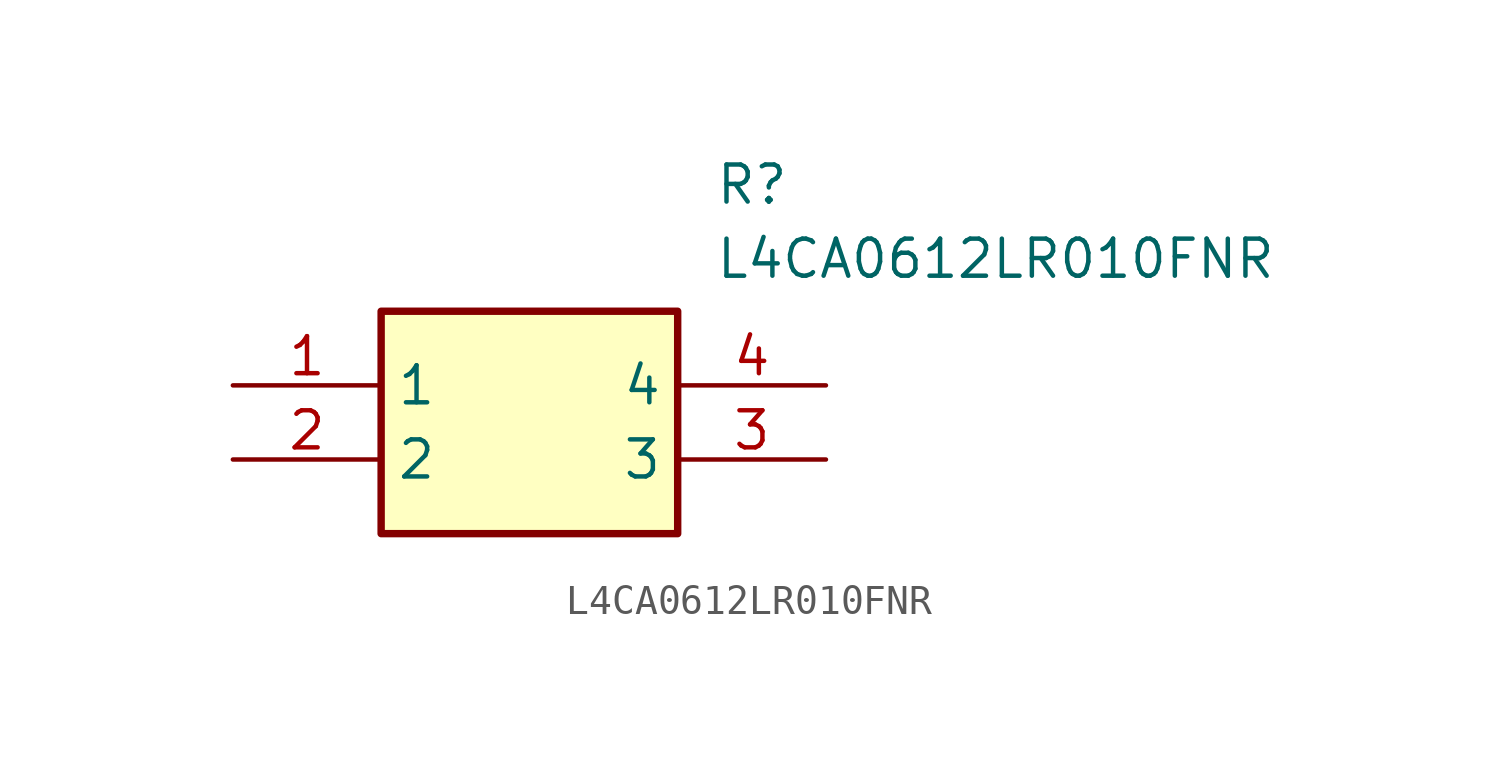
<source format=kicad_sym>
(kicad_symbol_lib
  (version 20211014)
  (generator SamacSys_ECAD_Model)
  (symbol "L4CA0612LR010FNR"
    (property "Reference" "R"
      (at 16.51 7.62 0)
      (effects (font (size 1.27 1.27)) (justify left top)))
    (property "Value" "L4CA0612LR010FNR"
      (at 16.51 5.08 0)
      (effects (font (size 1.27 1.27)) (justify left top)))
    (rectangle
      (start 5.08 2.54)
      (end 15.24 -5.08)
      (stroke (width 0.254) (type default))
      (fill (type background)))
    (pin passive line
      (at 0 0 0)
      (length 5.08)
      (name "1" (effects (font (size 1.27 1.27))))
      (number "1" (effects (font (size 1.27 1.27)))))
    (pin passive line
      (at 0 -2.54 0)
      (length 5.08)
      (name "2" (effects (font (size 1.27 1.27))))
      (number "2" (effects (font (size 1.27 1.27)))))
    (pin passive line
      (at 20.32 -2.54 180)
      (length 5.08)
      (name "3" (effects (font (size 1.27 1.27))))
      (number "3" (effects (font (size 1.27 1.27)))))
    (pin passive line
      (at 20.32 0 180)
      (length 5.08)
      (name "4" (effects (font (size 1.27 1.27))))
      (number "4" (effects (font (size 1.27 1.27)))))))
</source>
